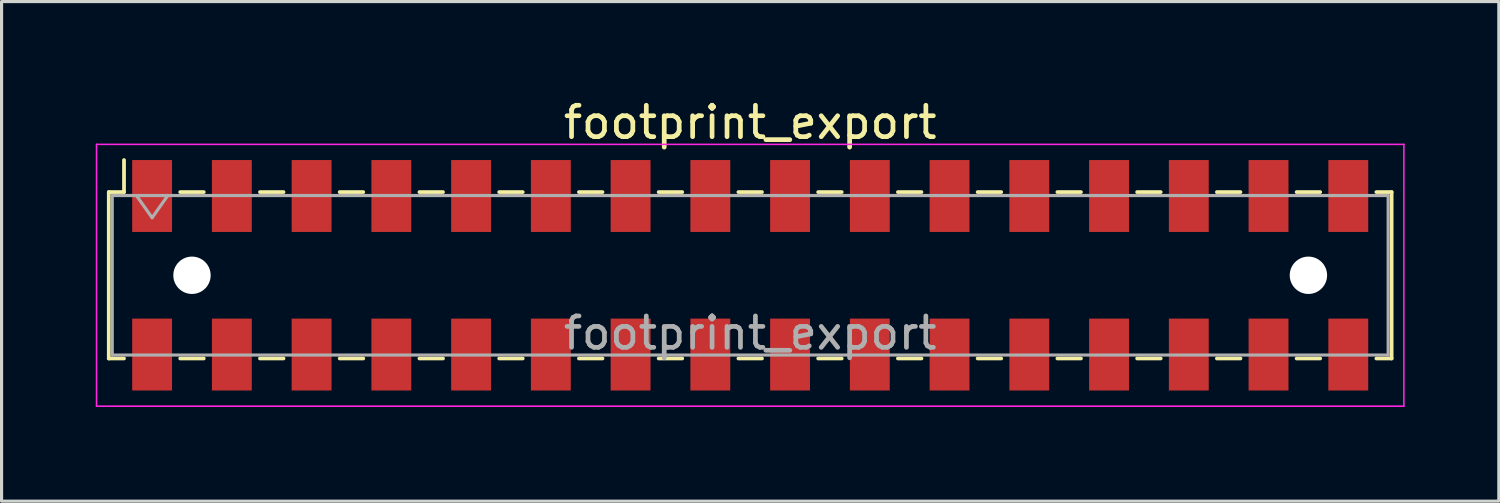
<source format=kicad_pcb>
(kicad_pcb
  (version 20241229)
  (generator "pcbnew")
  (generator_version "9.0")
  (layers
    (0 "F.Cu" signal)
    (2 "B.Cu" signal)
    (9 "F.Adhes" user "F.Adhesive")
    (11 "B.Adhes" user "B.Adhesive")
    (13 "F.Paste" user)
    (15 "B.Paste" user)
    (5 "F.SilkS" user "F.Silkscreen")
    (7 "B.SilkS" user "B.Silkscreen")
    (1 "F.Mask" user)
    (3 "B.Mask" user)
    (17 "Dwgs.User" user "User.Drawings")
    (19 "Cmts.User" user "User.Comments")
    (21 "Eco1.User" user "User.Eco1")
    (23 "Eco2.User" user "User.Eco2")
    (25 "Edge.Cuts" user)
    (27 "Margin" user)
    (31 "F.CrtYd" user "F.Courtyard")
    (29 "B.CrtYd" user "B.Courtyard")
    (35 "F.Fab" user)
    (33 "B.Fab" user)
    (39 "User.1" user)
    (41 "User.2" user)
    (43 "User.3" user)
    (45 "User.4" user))
  (footprint "footprint_export"
    (layer "F.Cu")
    (at 20.845 5.718)
    (property "Reference" "footprint_export" (at 0 -4.87 0) (layer "F.SilkS") (effects (font (size 1 1) (thickness 0.15))))
    (attr smd)
    (fp_line (start -20.43 -2.65) (end -20.43 2.65) (stroke (width 0.12) (type solid)) (layer "F.SilkS"))
    (fp_line (start -20.43 2.65) (end -19.945 2.65) (stroke (width 0.12) (type solid)) (layer "F.SilkS"))
    (fp_line (start -19.945 -3.67) (end -19.945 -2.65) (stroke (width 0.12) (type solid)) (layer "F.SilkS"))
    (fp_line (start -19.945 -2.65) (end -20.43 -2.65) (stroke (width 0.12) (type solid)) (layer "F.SilkS"))
    (fp_line (start -18.155 -2.65) (end -17.405 -2.65) (stroke (width 0.12) (type solid)) (layer "F.SilkS"))
    (fp_line (start -18.155 2.65) (end -17.405 2.65) (stroke (width 0.12) (type solid)) (layer "F.SilkS"))
    (fp_line (start -15.615 -2.65) (end -14.865 -2.65) (stroke (width 0.12) (type solid)) (layer "F.SilkS"))
    (fp_line (start -15.615 2.65) (end -14.865 2.65) (stroke (width 0.12) (type solid)) (layer "F.SilkS"))
    (fp_line (start -13.075 -2.65) (end -12.325 -2.65) (stroke (width 0.12) (type solid)) (layer "F.SilkS"))
    (fp_line (start -13.075 2.65) (end -12.325 2.65) (stroke (width 0.12) (type solid)) (layer "F.SilkS"))
    (fp_line (start -10.535 -2.65) (end -9.785 -2.65) (stroke (width 0.12) (type solid)) (layer "F.SilkS"))
    (fp_line (start -10.535 2.65) (end -9.785 2.65) (stroke (width 0.12) (type solid)) (layer "F.SilkS"))
    (fp_line (start -7.995 -2.65) (end -7.245 -2.65) (stroke (width 0.12) (type solid)) (layer "F.SilkS"))
    (fp_line (start -7.995 2.65) (end -7.245 2.65) (stroke (width 0.12) (type solid)) (layer "F.SilkS"))
    (fp_line (start -5.455 -2.65) (end -4.705 -2.65) (stroke (width 0.12) (type solid)) (layer "F.SilkS"))
    (fp_line (start -5.455 2.65) (end -4.705 2.65) (stroke (width 0.12) (type solid)) (layer "F.SilkS"))
    (fp_line (start -2.915 -2.65) (end -2.165 -2.65) (stroke (width 0.12) (type solid)) (layer "F.SilkS"))
    (fp_line (start -2.915 2.65) (end -2.165 2.65) (stroke (width 0.12) (type solid)) (layer "F.SilkS"))
    (fp_line (start -0.375 -2.65) (end 0.375 -2.65) (stroke (width 0.12) (type solid)) (layer "F.SilkS"))
    (fp_line (start -0.375 2.65) (end 0.375 2.65) (stroke (width 0.12) (type solid)) (layer "F.SilkS"))
    (fp_line (start 2.165 -2.65) (end 2.915 -2.65) (stroke (width 0.12) (type solid)) (layer "F.SilkS"))
    (fp_line (start 2.165 2.65) (end 2.915 2.65) (stroke (width 0.12) (type solid)) (layer "F.SilkS"))
    (fp_line (start 4.705 -2.65) (end 5.455 -2.65) (stroke (width 0.12) (type solid)) (layer "F.SilkS"))
    (fp_line (start 4.705 2.65) (end 5.455 2.65) (stroke (width 0.12) (type solid)) (layer "F.SilkS"))
    (fp_line (start 7.245 -2.65) (end 7.995 -2.65) (stroke (width 0.12) (type solid)) (layer "F.SilkS"))
    (fp_line (start 7.245 2.65) (end 7.995 2.65) (stroke (width 0.12) (type solid)) (layer "F.SilkS"))
    (fp_line (start 9.785 -2.65) (end 10.535 -2.65) (stroke (width 0.12) (type solid)) (layer "F.SilkS"))
    (fp_line (start 9.785 2.65) (end 10.535 2.65) (stroke (width 0.12) (type solid)) (layer "F.SilkS"))
    (fp_line (start 12.325 -2.65) (end 13.075 -2.65) (stroke (width 0.12) (type solid)) (layer "F.SilkS"))
    (fp_line (start 12.325 2.65) (end 13.075 2.65) (stroke (width 0.12) (type solid)) (layer "F.SilkS"))
    (fp_line (start 14.865 -2.65) (end 15.615 -2.65) (stroke (width 0.12) (type solid)) (layer "F.SilkS"))
    (fp_line (start 14.865 2.65) (end 15.615 2.65) (stroke (width 0.12) (type solid)) (layer "F.SilkS"))
    (fp_line (start 17.405 -2.65) (end 18.155 -2.65) (stroke (width 0.12) (type solid)) (layer "F.SilkS"))
    (fp_line (start 17.405 2.65) (end 18.155 2.65) (stroke (width 0.12) (type solid)) (layer "F.SilkS"))
    (fp_line (start 19.945 -2.65) (end 20.43 -2.65) (stroke (width 0.12) (type solid)) (layer "F.SilkS"))
    (fp_line (start 20.43 -2.65) (end 20.43 2.65) (stroke (width 0.12) (type solid)) (layer "F.SilkS"))
    (fp_line (start 20.43 2.65) (end 19.945 2.65) (stroke (width 0.12) (type solid)) (layer "F.SilkS"))
    (fp_line (start -20.82 -4.17) (end 20.82 -4.17) (stroke (width 0.05) (type solid)) (layer "F.CrtYd"))
    (fp_line (start -20.82 4.17) (end -20.82 -4.17) (stroke (width 0.05) (type solid)) (layer "F.CrtYd"))
    (fp_line (start 20.82 -4.17) (end 20.82 4.17) (stroke (width 0.05) (type solid)) (layer "F.CrtYd"))
    (fp_line (start 20.82 4.17) (end -20.82 4.17) (stroke (width 0.05) (type solid)) (layer "F.CrtYd"))
    (fp_line (start -20.32 -2.54) (end 20.32 -2.54) (stroke (width 0.1) (type solid)) (layer "F.Fab"))
    (fp_line (start -20.32 2.54) (end -20.32 -2.54) (stroke (width 0.1) (type solid)) (layer "F.Fab"))
    (fp_line (start -19.55 -2.54) (end -19.05 -1.833) (stroke (width 0.1) (type solid)) (layer "F.Fab"))
    (fp_line (start -19.05 -1.833) (end -18.55 -2.54) (stroke (width 0.1) (type solid)) (layer "F.Fab"))
    (fp_line (start 20.32 -2.54) (end 20.32 2.54) (stroke (width 0.1) (type solid)) (layer "F.Fab"))
    (fp_line (start 20.32 2.54) (end -20.32 2.54) (stroke (width 0.1) (type solid)) (layer "F.Fab"))
    (fp_text user "${REFERENCE}" (at 0 1.84 0) (layer "F.Fab") (effects (font (size 1 1) (thickness 0.15))))
    (pad "" np_thru_hole circle (at -17.78 0) (size 1.19 1.19) (drill 1.19) (layers "*.Cu" "*.Mask"))
    (pad "" np_thru_hole circle (at 17.78 0) (size 1.19 1.19) (drill 1.19) (layers "*.Cu" "*.Mask"))
    (pad "1" smd rect (at -19.05 -2.525) (size 1.27 2.29) (layers "F.Cu" "F.Mask" "F.Paste"))
    (pad "2" smd rect (at -19.05 2.525) (size 1.27 2.29) (layers "F.Cu" "F.Mask" "F.Paste"))
    (pad "3" smd rect (at -16.51 -2.525) (size 1.27 2.29) (layers "F.Cu" "F.Mask" "F.Paste"))
    (pad "4" smd rect (at -16.51 2.525) (size 1.27 2.29) (layers "F.Cu" "F.Mask" "F.Paste"))
    (pad "5" smd rect (at -13.97 -2.525) (size 1.27 2.29) (layers "F.Cu" "F.Mask" "F.Paste"))
    (pad "6" smd rect (at -13.97 2.525) (size 1.27 2.29) (layers "F.Cu" "F.Mask" "F.Paste"))
    (pad "7" smd rect (at -11.43 -2.525) (size 1.27 2.29) (layers "F.Cu" "F.Mask" "F.Paste"))
    (pad "8" smd rect (at -11.43 2.525) (size 1.27 2.29) (layers "F.Cu" "F.Mask" "F.Paste"))
    (pad "9" smd rect (at -8.89 -2.525) (size 1.27 2.29) (layers "F.Cu" "F.Mask" "F.Paste"))
    (pad "10" smd rect (at -8.89 2.525) (size 1.27 2.29) (layers "F.Cu" "F.Mask" "F.Paste"))
    (pad "11" smd rect (at -6.35 -2.525) (size 1.27 2.29) (layers "F.Cu" "F.Mask" "F.Paste"))
    (pad "12" smd rect (at -6.35 2.525) (size 1.27 2.29) (layers "F.Cu" "F.Mask" "F.Paste"))
    (pad "13" smd rect (at -3.81 -2.525) (size 1.27 2.29) (layers "F.Cu" "F.Mask" "F.Paste"))
    (pad "14" smd rect (at -3.81 2.525) (size 1.27 2.29) (layers "F.Cu" "F.Mask" "F.Paste"))
    (pad "15" smd rect (at -1.27 -2.525) (size 1.27 2.29) (layers "F.Cu" "F.Mask" "F.Paste"))
    (pad "16" smd rect (at -1.27 2.525) (size 1.27 2.29) (layers "F.Cu" "F.Mask" "F.Paste"))
    (pad "17" smd rect (at 1.27 -2.525) (size 1.27 2.29) (layers "F.Cu" "F.Mask" "F.Paste"))
    (pad "18" smd rect (at 1.27 2.525) (size 1.27 2.29) (layers "F.Cu" "F.Mask" "F.Paste"))
    (pad "19" smd rect (at 3.81 -2.525) (size 1.27 2.29) (layers "F.Cu" "F.Mask" "F.Paste"))
    (pad "20" smd rect (at 3.81 2.525) (size 1.27 2.29) (layers "F.Cu" "F.Mask" "F.Paste"))
    (pad "21" smd rect (at 6.35 -2.525) (size 1.27 2.29) (layers "F.Cu" "F.Mask" "F.Paste"))
    (pad "22" smd rect (at 6.35 2.525) (size 1.27 2.29) (layers "F.Cu" "F.Mask" "F.Paste"))
    (pad "23" smd rect (at 8.89 -2.525) (size 1.27 2.29) (layers "F.Cu" "F.Mask" "F.Paste"))
    (pad "24" smd rect (at 8.89 2.525) (size 1.27 2.29) (layers "F.Cu" "F.Mask" "F.Paste"))
    (pad "25" smd rect (at 11.43 -2.525) (size 1.27 2.29) (layers "F.Cu" "F.Mask" "F.Paste"))
    (pad "26" smd rect (at 11.43 2.525) (size 1.27 2.29) (layers "F.Cu" "F.Mask" "F.Paste"))
    (pad "27" smd rect (at 13.97 -2.525) (size 1.27 2.29) (layers "F.Cu" "F.Mask" "F.Paste"))
    (pad "28" smd rect (at 13.97 2.525) (size 1.27 2.29) (layers "F.Cu" "F.Mask" "F.Paste"))
    (pad "29" smd rect (at 16.51 -2.525) (size 1.27 2.29) (layers "F.Cu" "F.Mask" "F.Paste"))
    (pad "30" smd rect (at 16.51 2.525) (size 1.27 2.29) (layers "F.Cu" "F.Mask" "F.Paste"))
    (pad "31" smd rect (at 19.05 -2.525) (size 1.27 2.29) (layers "F.Cu" "F.Mask" "F.Paste"))
    (pad "32" smd rect (at 19.05 2.525) (size 1.27 2.29) (layers "F.Cu" "F.Mask" "F.Paste")))
  (gr_rect
    (start -3 -3)
    (end 44.69 12.913)
    (stroke (width 0.1) (type default))
    (fill no)
    (layer "Edge.Cuts")))
</source>
